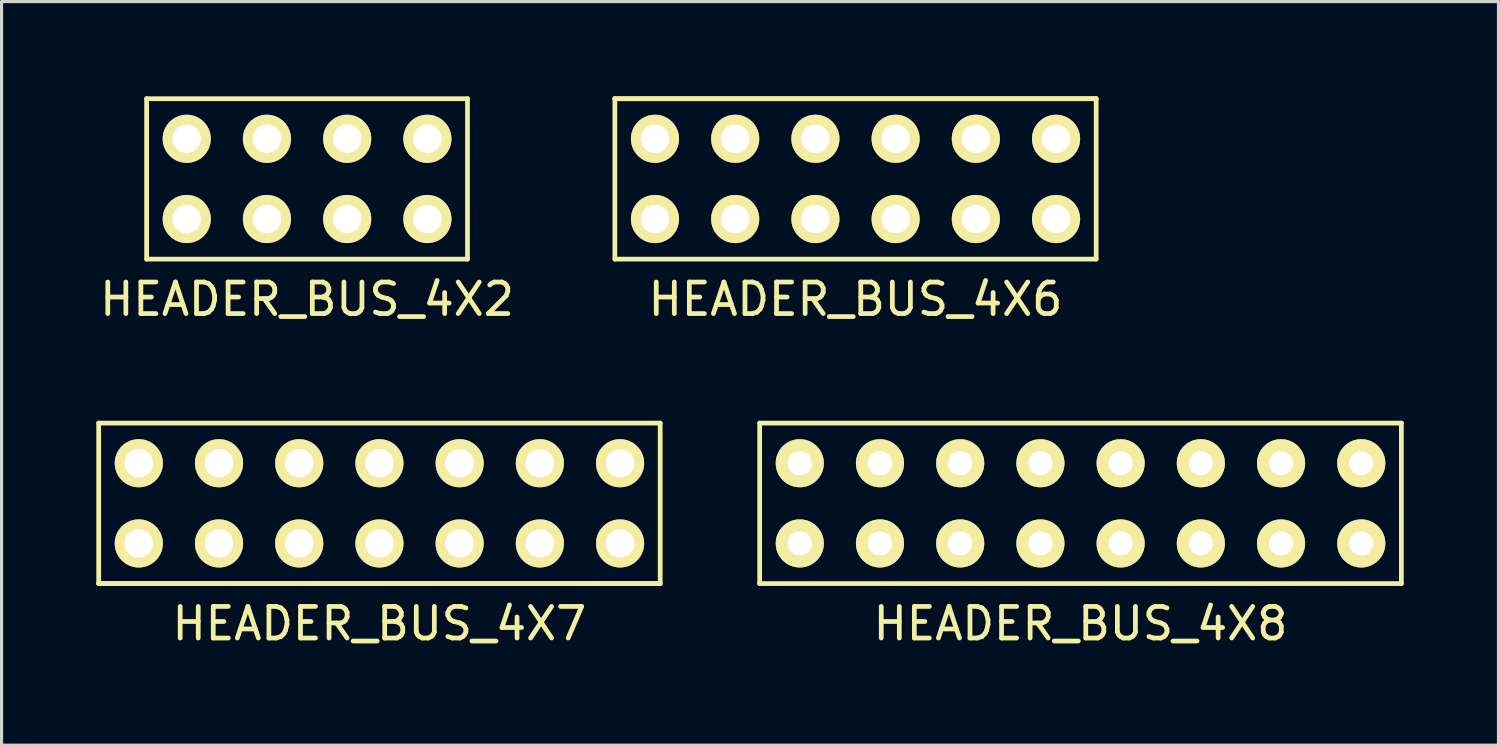
<source format=kicad_pcb>
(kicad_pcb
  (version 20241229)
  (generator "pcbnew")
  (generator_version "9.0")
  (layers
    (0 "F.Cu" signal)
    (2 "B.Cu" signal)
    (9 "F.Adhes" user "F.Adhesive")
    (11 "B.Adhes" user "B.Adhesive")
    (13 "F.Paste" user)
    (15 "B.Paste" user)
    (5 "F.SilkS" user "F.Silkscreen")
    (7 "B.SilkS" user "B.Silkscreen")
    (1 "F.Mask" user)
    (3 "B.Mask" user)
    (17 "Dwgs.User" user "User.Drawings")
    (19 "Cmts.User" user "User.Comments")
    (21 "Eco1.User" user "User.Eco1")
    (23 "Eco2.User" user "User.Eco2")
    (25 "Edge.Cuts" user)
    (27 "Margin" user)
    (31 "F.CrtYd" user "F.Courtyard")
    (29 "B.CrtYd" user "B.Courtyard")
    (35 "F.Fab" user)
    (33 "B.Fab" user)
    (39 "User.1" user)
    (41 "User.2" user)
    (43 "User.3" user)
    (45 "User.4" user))
  (footprint "HEADER_BUS_4X6"
    (layer "F.Cu")
    (at 24.04 2.615)
    (property "Reference" "HEADER_BUS_4X6" (at 0 3.81 0) (layer "F.SilkS") (effects (font (size 1 1) (thickness 0.15))))
    (attr through_hole)
    (fp_line (start -7.62 -2.54) (end 7.62 -2.54) (stroke (width 0.15) (type solid)) (layer "F.SilkS"))
    (fp_line (start -7.62 2.54) (end -7.62 -2.54) (stroke (width 0.15) (type solid)) (layer "F.SilkS"))
    (fp_line (start -7.62 2.54) (end 7.62 2.54) (stroke (width 0.15) (type solid)) (layer "F.SilkS"))
    (fp_line (start 7.62 -2.54) (end -7.62 -2.54) (stroke (width 0.15) (type solid)) (layer "F.SilkS"))
    (fp_line (start 7.62 -2.54) (end 7.62 2.54) (stroke (width 0.15) (type solid)) (layer "F.SilkS"))
    (pad "1" thru_hole circle (at -6.35 -1.27) (size 1.524 1.524) (drill 0.9) (layers "*.Cu" "*.Mask" "F.SilkS"))
    (pad "1" thru_hole circle (at -6.35 1.27) (size 1.524 1.524) (drill 0.9) (layers "*.Cu" "*.Mask" "F.SilkS"))
    (pad "1" thru_hole circle (at -3.81 -1.27) (size 1.524 1.524) (drill 0.9) (layers "*.Cu" "*.Mask" "F.SilkS"))
    (pad "1" thru_hole circle (at -3.81 1.27) (size 1.524 1.524) (drill 0.9) (layers "*.Cu" "*.Mask" "F.SilkS"))
    (pad "1" thru_hole circle (at -1.27 -1.27) (size 1.524 1.524) (drill 0.9) (layers "*.Cu" "*.Mask" "F.SilkS"))
    (pad "1" thru_hole circle (at -1.27 1.27) (size 1.524 1.524) (drill 0.9) (layers "*.Cu" "*.Mask" "F.SilkS"))
    (pad "1" thru_hole circle (at 1.27 -1.27) (size 1.524 1.524) (drill 0.9) (layers "*.Cu" "*.Mask" "F.SilkS"))
    (pad "1" thru_hole circle (at 1.27 1.27) (size 1.524 1.524) (drill 0.9) (layers "*.Cu" "*.Mask" "F.SilkS"))
    (pad "1" thru_hole circle (at 3.81 -1.27) (size 1.524 1.524) (drill 0.9) (layers "*.Cu" "*.Mask" "F.SilkS"))
    (pad "1" thru_hole circle (at 3.81 1.27) (size 1.524 1.524) (drill 0.9) (layers "*.Cu" "*.Mask" "F.SilkS"))
    (pad "1" thru_hole circle (at 6.35 -1.27) (size 1.524 1.524) (drill 0.9) (layers "*.Cu" "*.Mask" "F.SilkS"))
    (pad "1" thru_hole circle (at 6.35 1.27) (size 1.524 1.524) (drill 0.9) (layers "*.Cu" "*.Mask" "F.SilkS")))
  (footprint "HEADER_BUS_4X8"
    (layer "F.Cu")
    (at 31.165 12.888)
    (property "Reference" "HEADER_BUS_4X8" (at 0 3.81 0) (layer "F.SilkS") (effects (font (size 1 1) (thickness 0.15))))
    (attr through_hole)
    (fp_line (start -10.16 2.54) (end -10.16 -2.54) (stroke (width 0.15) (type solid)) (layer "F.SilkS"))
    (fp_line (start -10.16 2.54) (end 10.16 2.54) (stroke (width 0.15) (type solid)) (layer "F.SilkS"))
    (fp_line (start 10.16 -2.54) (end -10.16 -2.54) (stroke (width 0.15) (type solid)) (layer "F.SilkS"))
    (fp_line (start 10.16 -2.54) (end 10.16 2.54) (stroke (width 0.15) (type solid)) (layer "F.SilkS"))
    (pad "1" thru_hole circle (at -8.89 -1.27) (size 1.524 1.524) (drill 0.762) (layers "*.Cu" "*.Mask" "F.SilkS"))
    (pad "1" thru_hole circle (at -8.89 1.27) (size 1.524 1.524) (drill 0.762) (layers "*.Cu" "*.Mask" "F.SilkS"))
    (pad "1" thru_hole circle (at -6.35 -1.27) (size 1.524 1.524) (drill 0.762) (layers "*.Cu" "*.Mask" "F.SilkS"))
    (pad "1" thru_hole circle (at -6.35 1.27) (size 1.524 1.524) (drill 0.762) (layers "*.Cu" "*.Mask" "F.SilkS"))
    (pad "1" thru_hole circle (at -3.81 -1.27) (size 1.524 1.524) (drill 0.762) (layers "*.Cu" "*.Mask" "F.SilkS"))
    (pad "1" thru_hole circle (at -3.81 1.27) (size 1.524 1.524) (drill 0.762) (layers "*.Cu" "*.Mask" "F.SilkS"))
    (pad "1" thru_hole circle (at -1.27 -1.27) (size 1.524 1.524) (drill 0.762) (layers "*.Cu" "*.Mask" "F.SilkS"))
    (pad "1" thru_hole circle (at -1.27 1.27) (size 1.524 1.524) (drill 0.762) (layers "*.Cu" "*.Mask" "F.SilkS"))
    (pad "1" thru_hole circle (at 1.27 -1.27) (size 1.524 1.524) (drill 0.762) (layers "*.Cu" "*.Mask" "F.SilkS"))
    (pad "1" thru_hole circle (at 1.27 1.27) (size 1.524 1.524) (drill 0.762) (layers "*.Cu" "*.Mask" "F.SilkS"))
    (pad "1" thru_hole circle (at 3.81 -1.27) (size 1.524 1.524) (drill 0.762) (layers "*.Cu" "*.Mask" "F.SilkS"))
    (pad "1" thru_hole circle (at 3.81 1.27) (size 1.524 1.524) (drill 0.762) (layers "*.Cu" "*.Mask" "F.SilkS"))
    (pad "1" thru_hole circle (at 6.35 -1.27) (size 1.524 1.524) (drill 0.762) (layers "*.Cu" "*.Mask" "F.SilkS"))
    (pad "1" thru_hole circle (at 6.35 1.27) (size 1.524 1.524) (drill 0.762) (layers "*.Cu" "*.Mask" "F.SilkS"))
    (pad "1" thru_hole circle (at 8.89 -1.27) (size 1.524 1.524) (drill 0.762) (layers "*.Cu" "*.Mask" "F.SilkS"))
    (pad "1" thru_hole circle (at 8.89 1.27) (size 1.524 1.524) (drill 0.762) (layers "*.Cu" "*.Mask" "F.SilkS")))
  (footprint "HEADER_BUS_4X2"
    (layer "F.Cu")
    (at 6.673 2.615)
    (property "Reference" "HEADER_BUS_4X2" (at 0 3.81 0) (layer "F.SilkS") (effects (font (size 1 1) (thickness 0.15))))
    (attr through_hole)
    (fp_line (start -5.08 -2.54) (end 5.08 -2.54) (stroke (width 0.15) (type solid)) (layer "F.SilkS"))
    (fp_line (start -5.08 2.54) (end -5.08 -2.54) (stroke (width 0.15) (type solid)) (layer "F.SilkS"))
    (fp_line (start 5.08 -2.54) (end 5.08 2.54) (stroke (width 0.15) (type solid)) (layer "F.SilkS"))
    (fp_line (start 5.08 2.54) (end -5.08 2.54) (stroke (width 0.15) (type solid)) (layer "F.SilkS"))
    (pad "1" thru_hole circle (at -3.81 -1.27) (size 1.524 1.524) (drill 0.9) (layers "*.Cu" "*.Mask" "F.SilkS"))
    (pad "1" thru_hole circle (at -3.81 1.27) (size 1.524 1.524) (drill 0.9) (layers "*.Cu" "*.Mask" "F.SilkS"))
    (pad "1" thru_hole circle (at -1.27 -1.27) (size 1.524 1.524) (drill 0.9) (layers "*.Cu" "*.Mask" "F.SilkS"))
    (pad "1" thru_hole circle (at -1.27 1.27) (size 1.524 1.524) (drill 0.9) (layers "*.Cu" "*.Mask" "F.SilkS"))
    (pad "1" thru_hole circle (at 1.27 -1.27) (size 1.524 1.524) (drill 0.9) (layers "*.Cu" "*.Mask" "F.SilkS"))
    (pad "1" thru_hole circle (at 1.27 1.27) (size 1.524 1.524) (drill 0.9) (layers "*.Cu" "*.Mask" "F.SilkS"))
    (pad "1" thru_hole circle (at 3.81 -1.27) (size 1.524 1.524) (drill 0.9) (layers "*.Cu" "*.Mask" "F.SilkS"))
    (pad "1" thru_hole circle (at 3.81 1.27) (size 1.524 1.524) (drill 0.9) (layers "*.Cu" "*.Mask" "F.SilkS")))
  (footprint "HEADER_BUS_4X7"
    (layer "F.Cu")
    (at 8.965 12.888)
    (property "Reference" "HEADER_BUS_4X7" (at 0 3.81 0) (layer "F.SilkS") (effects (font (size 1 1) (thickness 0.15))))
    (attr through_hole)
    (fp_line (start -8.89 -2.54) (end 8.89 -2.54) (stroke (width 0.15) (type solid)) (layer "F.SilkS"))
    (fp_line (start -8.89 2.54) (end -8.89 -2.54) (stroke (width 0.15) (type solid)) (layer "F.SilkS"))
    (fp_line (start -8.89 2.54) (end 8.89 2.54) (stroke (width 0.15) (type solid)) (layer "F.SilkS"))
    (fp_line (start 8.89 -2.54) (end 8.89 2.54) (stroke (width 0.15) (type solid)) (layer "F.SilkS"))
    (fp_line (start 8.89 2.54) (end -8.89 2.54) (stroke (width 0.15) (type solid)) (layer "F.SilkS"))
    (pad "1" thru_hole circle (at -7.62 -1.27) (size 1.524 1.524) (drill 0.9) (layers "*.Cu" "*.Mask" "F.SilkS"))
    (pad "1" thru_hole circle (at -7.62 1.27) (size 1.524 1.524) (drill 0.9) (layers "*.Cu" "*.Mask" "F.SilkS"))
    (pad "1" thru_hole circle (at -5.08 -1.27) (size 1.524 1.524) (drill 0.9) (layers "*.Cu" "*.Mask" "F.SilkS"))
    (pad "1" thru_hole circle (at -5.08 1.27) (size 1.524 1.524) (drill 0.9) (layers "*.Cu" "*.Mask" "F.SilkS"))
    (pad "1" thru_hole circle (at -2.54 -1.27) (size 1.524 1.524) (drill 0.9) (layers "*.Cu" "*.Mask" "F.SilkS"))
    (pad "1" thru_hole circle (at -2.54 1.27) (size 1.524 1.524) (drill 0.9) (layers "*.Cu" "*.Mask" "F.SilkS"))
    (pad "1" thru_hole circle (at 0 -1.27) (size 1.524 1.524) (drill 0.9) (layers "*.Cu" "*.Mask" "F.SilkS"))
    (pad "1" thru_hole circle (at 0 1.27) (size 1.524 1.524) (drill 0.9) (layers "*.Cu" "*.Mask" "F.SilkS"))
    (pad "1" thru_hole circle (at 2.54 -1.27) (size 1.524 1.524) (drill 0.9) (layers "*.Cu" "*.Mask" "F.SilkS"))
    (pad "1" thru_hole circle (at 2.54 1.27) (size 1.524 1.524) (drill 0.9) (layers "*.Cu" "*.Mask" "F.SilkS"))
    (pad "1" thru_hole circle (at 5.08 -1.27) (size 1.524 1.524) (drill 0.9) (layers "*.Cu" "*.Mask" "F.SilkS"))
    (pad "1" thru_hole circle (at 5.08 1.27) (size 1.524 1.524) (drill 0.9) (layers "*.Cu" "*.Mask" "F.SilkS"))
    (pad "1" thru_hole circle (at 7.62 -1.27) (size 1.524 1.524) (drill 0.9) (layers "*.Cu" "*.Mask" "F.SilkS"))
    (pad "1" thru_hole circle (at 7.62 1.27) (size 1.524 1.524) (drill 0.9) (layers "*.Cu" "*.Mask" "F.SilkS")))
  (gr_rect
    (start -3 -3)
    (end 44.4 20.547)
    (stroke (width 0.1) (type default))
    (fill no)
    (layer "Edge.Cuts")))
</source>
